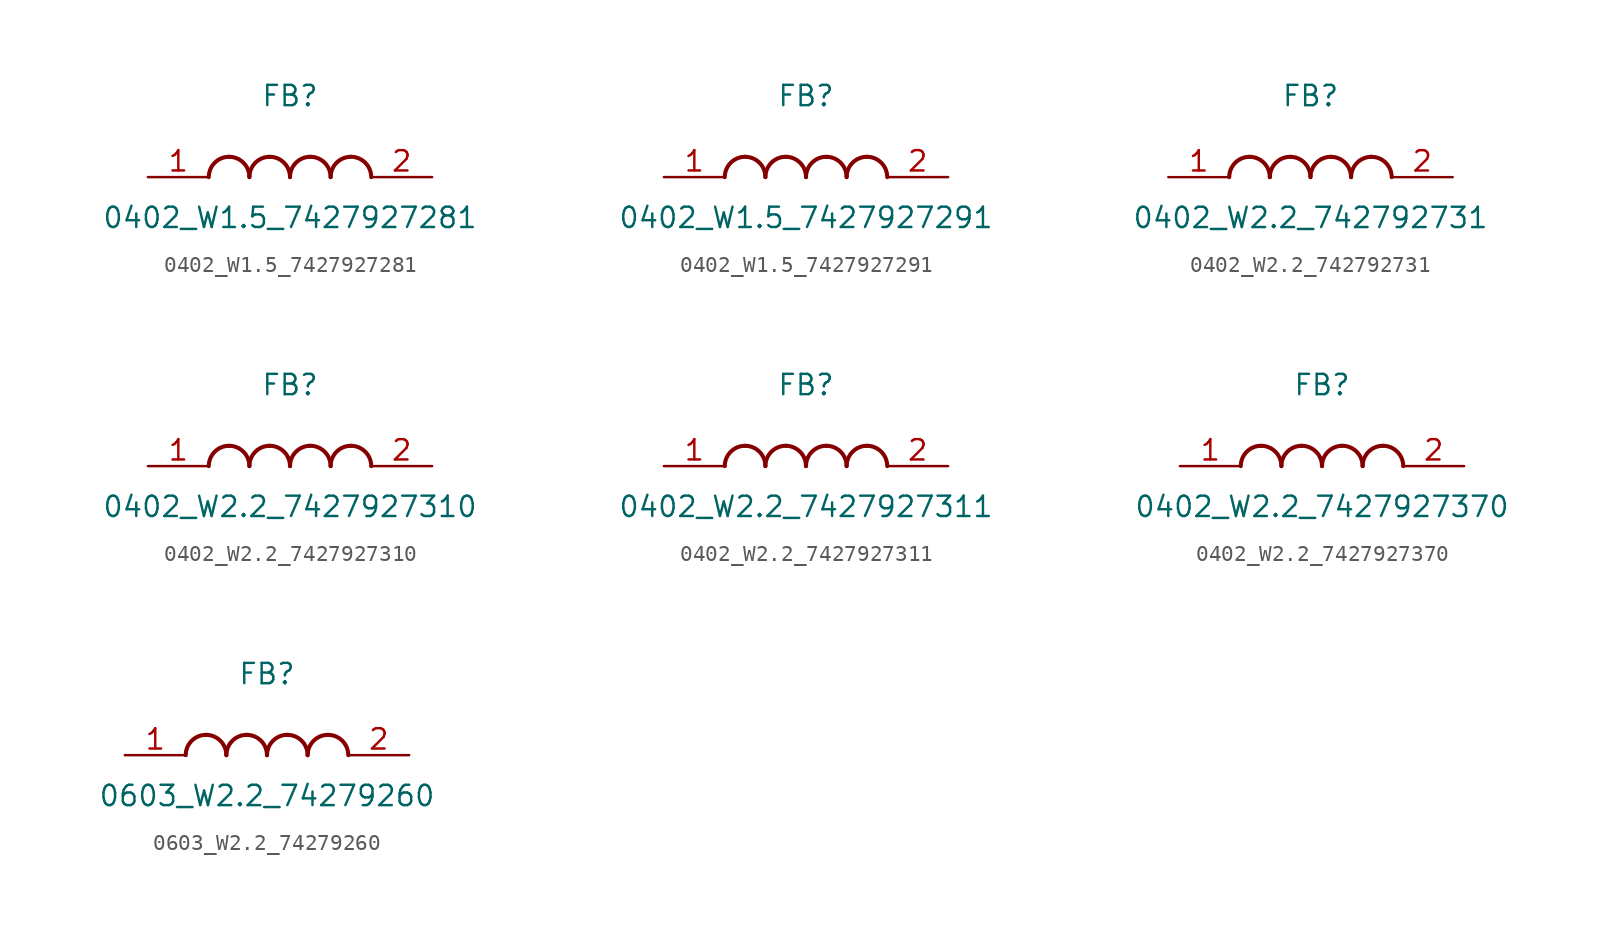
<source format=kicad_sym>
(kicad_symbol_lib
  (version 20211014)
  (generator kicad_symbol_editor)
  (symbol "Ferrite_Wurth_WE-CBF:0402_W1.5_7427927281"
    (pin_names hide)
    (property "Reference" "FB"
      (at 0 5.08 0)
      (effects (font (size 1.27 1.27))))
    (property "Value" "0402_W1.5_7427927281"
      (at 0 -2.54 0)
      (effects (font (size 1.27 1.27))))
    (symbol "0402_W1.5_7427927281_0_1"
      (arc (start -3.81 1.27) (mid -4.708 0.898) (end -5.08 0) (stroke (width 0.254) (type default)) (fill (type none)))
      (arc (start -2.54 0) (mid -2.912 0.898) (end -3.81 1.27) (stroke (width 0.254) (type default)) (fill (type none)))
      (arc (start -1.2699 1.2701) (mid -2.1679 0.8981) (end -2.5399 0.0001) (stroke (width 0.254) (type default)) (fill (type none)))
      (arc (start 0.0001 0.0001) (mid -0.3719 0.8981) (end -1.2699 1.2701) (stroke (width 0.254) (type default)) (fill (type none)))
      (arc (start 1.2701 1.2701) (mid 0.3721 0.8981) (end 0.0001 0.0001) (stroke (width 0.254) (type default)) (fill (type none)))
      (arc (start 2.5401 0.0001) (mid 2.1681 0.8981) (end 1.2701 1.2701) (stroke (width 0.254) (type default)) (fill (type none)))
      (arc (start 3.8101 1.2701) (mid 2.9121 0.8981) (end 2.5401 0.0001) (stroke (width 0.254) (type default)) (fill (type none)))
      (arc (start 5.0801 0.0001) (mid 4.7081 0.8981) (end 3.8101 1.2701) (stroke (width 0.254) (type default)) (fill (type none))))
    (symbol "0402_W1.5_7427927281_1_1"
      (pin passive line (at -8.89 0 0) (length 3.81) (name "1" (effects (font (size 1.27 1.27)))) (number "1" (effects (font (size 1.27 1.27)))))
      (pin passive line (at 8.89 0 180) (length 3.81) (name "2" (effects (font (size 1.27 1.27)))) (number "2" (effects (font (size 1.27 1.27)))))))
  (symbol "Ferrite_Wurth_WE-CBF:0402_W1.5_7427927291"
    (pin_names hide)
    (property "Reference" "FB"
      (at 0 5.08 0)
      (effects (font (size 1.27 1.27))))
    (property "Value" "0402_W1.5_7427927291"
      (at 0 -2.54 0)
      (effects (font (size 1.27 1.27))))
    (symbol "0402_W1.5_7427927291_0_1"
      (arc (start -3.81 1.27) (mid -4.708 0.898) (end -5.08 0) (stroke (width 0.254) (type default)) (fill (type none)))
      (arc (start -2.54 0) (mid -2.912 0.898) (end -3.81 1.27) (stroke (width 0.254) (type default)) (fill (type none)))
      (arc (start -1.2699 1.2701) (mid -2.1679 0.8981) (end -2.5399 0.0001) (stroke (width 0.254) (type default)) (fill (type none)))
      (arc (start 0.0001 0.0001) (mid -0.3719 0.8981) (end -1.2699 1.2701) (stroke (width 0.254) (type default)) (fill (type none)))
      (arc (start 1.2701 1.2701) (mid 0.3721 0.8981) (end 0.0001 0.0001) (stroke (width 0.254) (type default)) (fill (type none)))
      (arc (start 2.5401 0.0001) (mid 2.1681 0.8981) (end 1.2701 1.2701) (stroke (width 0.254) (type default)) (fill (type none)))
      (arc (start 3.8101 1.2701) (mid 2.9121 0.8981) (end 2.5401 0.0001) (stroke (width 0.254) (type default)) (fill (type none)))
      (arc (start 5.0801 0.0001) (mid 4.7081 0.8981) (end 3.8101 1.2701) (stroke (width 0.254) (type default)) (fill (type none))))
    (symbol "0402_W1.5_7427927291_1_1"
      (pin passive line (at -8.89 0 0) (length 3.81) (name "1" (effects (font (size 1.27 1.27)))) (number "1" (effects (font (size 1.27 1.27)))))
      (pin passive line (at 8.89 0 180) (length 3.81) (name "2" (effects (font (size 1.27 1.27)))) (number "2" (effects (font (size 1.27 1.27)))))))
  (symbol "Ferrite_Wurth_WE-CBF:0402_W2.2_742792731"
    (pin_names hide)
    (property "Reference" "FB"
      (at 0 5.08 0)
      (effects (font (size 1.27 1.27))))
    (property "Value" "0402_W2.2_742792731"
      (at 0 -2.54 0)
      (effects (font (size 1.27 1.27))))
    (symbol "0402_W2.2_742792731_0_1"
      (arc (start -3.81 1.27) (mid -4.708 0.898) (end -5.08 0) (stroke (width 0.254) (type default)) (fill (type none)))
      (arc (start -2.54 0) (mid -2.912 0.898) (end -3.81 1.27) (stroke (width 0.254) (type default)) (fill (type none)))
      (arc (start -1.2699 1.2701) (mid -2.1679 0.8981) (end -2.5399 0.0001) (stroke (width 0.254) (type default)) (fill (type none)))
      (arc (start 0.0001 0.0001) (mid -0.3719 0.8981) (end -1.2699 1.2701) (stroke (width 0.254) (type default)) (fill (type none)))
      (arc (start 1.2701 1.2701) (mid 0.3721 0.8981) (end 0.0001 0.0001) (stroke (width 0.254) (type default)) (fill (type none)))
      (arc (start 2.5401 0.0001) (mid 2.1681 0.8981) (end 1.2701 1.2701) (stroke (width 0.254) (type default)) (fill (type none)))
      (arc (start 3.8101 1.2701) (mid 2.9121 0.8981) (end 2.5401 0.0001) (stroke (width 0.254) (type default)) (fill (type none)))
      (arc (start 5.0801 0.0001) (mid 4.7081 0.8981) (end 3.8101 1.2701) (stroke (width 0.254) (type default)) (fill (type none))))
    (symbol "0402_W2.2_742792731_1_1"
      (pin passive line (at -8.89 0 0) (length 3.81) (name "1" (effects (font (size 1.27 1.27)))) (number "1" (effects (font (size 1.27 1.27)))))
      (pin passive line (at 8.89 0 180) (length 3.81) (name "2" (effects (font (size 1.27 1.27)))) (number "2" (effects (font (size 1.27 1.27)))))))
  (symbol "Ferrite_Wurth_WE-CBF:0402_W2.2_7427927310"
    (pin_names hide)
    (property "Reference" "FB"
      (at 0 5.08 0)
      (effects (font (size 1.27 1.27))))
    (property "Value" "0402_W2.2_7427927310"
      (at 0 -2.54 0)
      (effects (font (size 1.27 1.27))))
    (symbol "0402_W2.2_7427927310_0_1"
      (arc (start -3.81 1.27) (mid -4.708 0.898) (end -5.08 0) (stroke (width 0.254) (type default)) (fill (type none)))
      (arc (start -2.54 0) (mid -2.912 0.898) (end -3.81 1.27) (stroke (width 0.254) (type default)) (fill (type none)))
      (arc (start -1.2699 1.2701) (mid -2.1679 0.8981) (end -2.5399 0.0001) (stroke (width 0.254) (type default)) (fill (type none)))
      (arc (start 0.0001 0.0001) (mid -0.3719 0.8981) (end -1.2699 1.2701) (stroke (width 0.254) (type default)) (fill (type none)))
      (arc (start 1.2701 1.2701) (mid 0.3721 0.8981) (end 0.0001 0.0001) (stroke (width 0.254) (type default)) (fill (type none)))
      (arc (start 2.5401 0.0001) (mid 2.1681 0.8981) (end 1.2701 1.2701) (stroke (width 0.254) (type default)) (fill (type none)))
      (arc (start 3.8101 1.2701) (mid 2.9121 0.8981) (end 2.5401 0.0001) (stroke (width 0.254) (type default)) (fill (type none)))
      (arc (start 5.0801 0.0001) (mid 4.7081 0.8981) (end 3.8101 1.2701) (stroke (width 0.254) (type default)) (fill (type none))))
    (symbol "0402_W2.2_7427927310_1_1"
      (pin passive line (at -8.89 0 0) (length 3.81) (name "1" (effects (font (size 1.27 1.27)))) (number "1" (effects (font (size 1.27 1.27)))))
      (pin passive line (at 8.89 0 180) (length 3.81) (name "2" (effects (font (size 1.27 1.27)))) (number "2" (effects (font (size 1.27 1.27)))))))
  (symbol "Ferrite_Wurth_WE-CBF:0402_W2.2_7427927311"
    (pin_names hide)
    (property "Reference" "FB"
      (at 0 5.08 0)
      (effects (font (size 1.27 1.27))))
    (property "Value" "0402_W2.2_7427927311"
      (at 0 -2.54 0)
      (effects (font (size 1.27 1.27))))
    (symbol "0402_W2.2_7427927311_0_1"
      (arc (start -3.81 1.27) (mid -4.708 0.898) (end -5.08 0) (stroke (width 0.254) (type default)) (fill (type none)))
      (arc (start -2.54 0) (mid -2.912 0.898) (end -3.81 1.27) (stroke (width 0.254) (type default)) (fill (type none)))
      (arc (start -1.2699 1.2701) (mid -2.1679 0.8981) (end -2.5399 0.0001) (stroke (width 0.254) (type default)) (fill (type none)))
      (arc (start 0.0001 0.0001) (mid -0.3719 0.8981) (end -1.2699 1.2701) (stroke (width 0.254) (type default)) (fill (type none)))
      (arc (start 1.2701 1.2701) (mid 0.3721 0.8981) (end 0.0001 0.0001) (stroke (width 0.254) (type default)) (fill (type none)))
      (arc (start 2.5401 0.0001) (mid 2.1681 0.8981) (end 1.2701 1.2701) (stroke (width 0.254) (type default)) (fill (type none)))
      (arc (start 3.8101 1.2701) (mid 2.9121 0.8981) (end 2.5401 0.0001) (stroke (width 0.254) (type default)) (fill (type none)))
      (arc (start 5.0801 0.0001) (mid 4.7081 0.8981) (end 3.8101 1.2701) (stroke (width 0.254) (type default)) (fill (type none))))
    (symbol "0402_W2.2_7427927311_1_1"
      (pin passive line (at -8.89 0 0) (length 3.81) (name "1" (effects (font (size 1.27 1.27)))) (number "1" (effects (font (size 1.27 1.27)))))
      (pin passive line (at 8.89 0 180) (length 3.81) (name "2" (effects (font (size 1.27 1.27)))) (number "2" (effects (font (size 1.27 1.27)))))))
  (symbol "Ferrite_Wurth_WE-CBF:0402_W2.2_7427927370"
    (pin_names hide)
    (property "Reference" "FB"
      (at 0 5.08 0)
      (effects (font (size 1.27 1.27))))
    (property "Value" "0402_W2.2_7427927370"
      (at 0 -2.54 0)
      (effects (font (size 1.27 1.27))))
    (symbol "0402_W2.2_7427927370_0_1"
      (arc (start -3.81 1.27) (mid -4.708 0.898) (end -5.08 0) (stroke (width 0.254) (type default)) (fill (type none)))
      (arc (start -2.54 0) (mid -2.912 0.898) (end -3.81 1.27) (stroke (width 0.254) (type default)) (fill (type none)))
      (arc (start -1.2699 1.2701) (mid -2.1679 0.8981) (end -2.5399 0.0001) (stroke (width 0.254) (type default)) (fill (type none)))
      (arc (start 0.0001 0.0001) (mid -0.3719 0.8981) (end -1.2699 1.2701) (stroke (width 0.254) (type default)) (fill (type none)))
      (arc (start 1.2701 1.2701) (mid 0.3721 0.8981) (end 0.0001 0.0001) (stroke (width 0.254) (type default)) (fill (type none)))
      (arc (start 2.5401 0.0001) (mid 2.1681 0.8981) (end 1.2701 1.2701) (stroke (width 0.254) (type default)) (fill (type none)))
      (arc (start 3.8101 1.2701) (mid 2.9121 0.8981) (end 2.5401 0.0001) (stroke (width 0.254) (type default)) (fill (type none)))
      (arc (start 5.0801 0.0001) (mid 4.7081 0.8981) (end 3.8101 1.2701) (stroke (width 0.254) (type default)) (fill (type none))))
    (symbol "0402_W2.2_7427927370_1_1"
      (pin passive line (at -8.89 0 0) (length 3.81) (name "1" (effects (font (size 1.27 1.27)))) (number "1" (effects (font (size 1.27 1.27)))))
      (pin passive line (at 8.89 0 180) (length 3.81) (name "2" (effects (font (size 1.27 1.27)))) (number "2" (effects (font (size 1.27 1.27)))))))
  (symbol "Ferrite_Wurth_WE-CBF:0603_W2.2_74279260"
    (pin_names hide)
    (property "Reference" "FB"
      (at 0 5.08 0)
      (effects (font (size 1.27 1.27))))
    (property "Value" "0603_W2.2_74279260"
      (at 0 -2.54 0)
      (effects (font (size 1.27 1.27))))
    (symbol "0603_W2.2_74279260_0_1"
      (arc (start -3.81 1.27) (mid -4.708 0.898) (end -5.08 0) (stroke (width 0.254) (type default)) (fill (type none)))
      (arc (start -2.54 0) (mid -2.912 0.898) (end -3.81 1.27) (stroke (width 0.254) (type default)) (fill (type none)))
      (arc (start -1.2699 1.2701) (mid -2.1679 0.8981) (end -2.5399 0.0001) (stroke (width 0.254) (type default)) (fill (type none)))
      (arc (start 0.0001 0.0001) (mid -0.3719 0.8981) (end -1.2699 1.2701) (stroke (width 0.254) (type default)) (fill (type none)))
      (arc (start 1.2701 1.2701) (mid 0.3721 0.8981) (end 0.0001 0.0001) (stroke (width 0.254) (type default)) (fill (type none)))
      (arc (start 2.5401 0.0001) (mid 2.1681 0.8981) (end 1.2701 1.2701) (stroke (width 0.254) (type default)) (fill (type none)))
      (arc (start 3.8101 1.2701) (mid 2.9121 0.8981) (end 2.5401 0.0001) (stroke (width 0.254) (type default)) (fill (type none)))
      (arc (start 5.0801 0.0001) (mid 4.7081 0.8981) (end 3.8101 1.2701) (stroke (width 0.254) (type default)) (fill (type none))))
    (symbol "0603_W2.2_74279260_1_1"
      (pin passive line (at -8.89 0 0) (length 3.81) (name "1" (effects (font (size 1.27 1.27)))) (number "1" (effects (font (size 1.27 1.27)))))
      (pin passive line (at 8.89 0 180) (length 3.81) (name "2" (effects (font (size 1.27 1.27)))) (number "2" (effects (font (size 1.27 1.27))))))))
</source>
